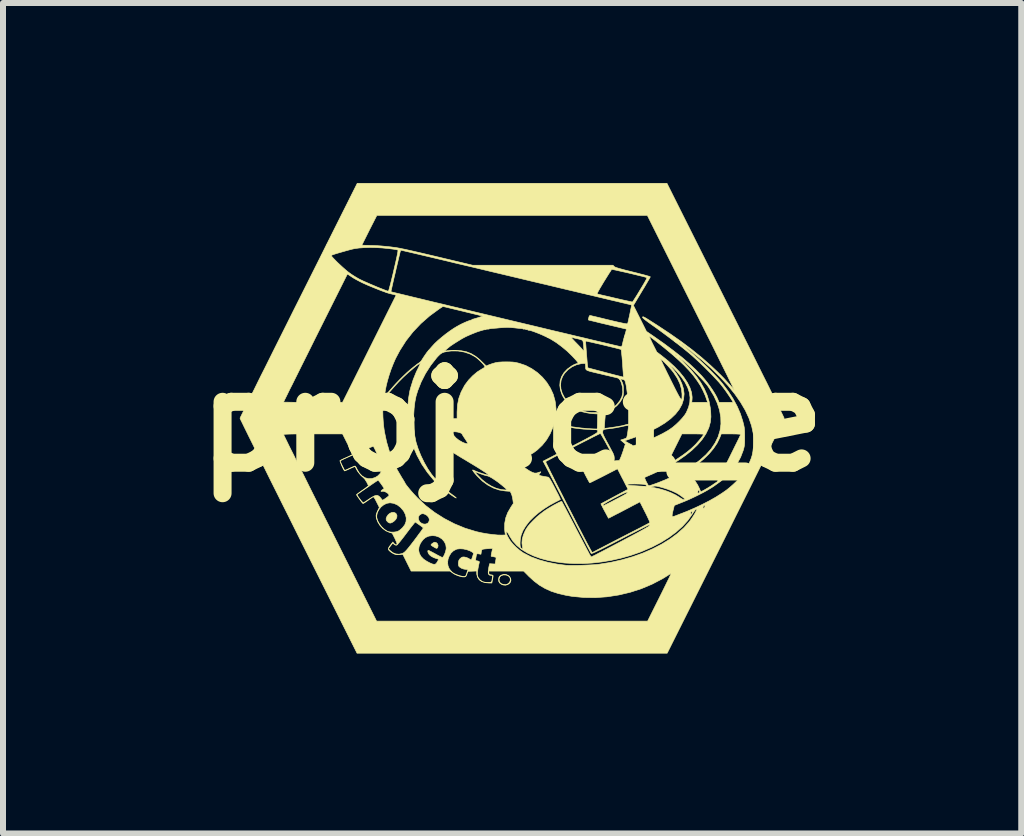
<source format=kicad_pcb>
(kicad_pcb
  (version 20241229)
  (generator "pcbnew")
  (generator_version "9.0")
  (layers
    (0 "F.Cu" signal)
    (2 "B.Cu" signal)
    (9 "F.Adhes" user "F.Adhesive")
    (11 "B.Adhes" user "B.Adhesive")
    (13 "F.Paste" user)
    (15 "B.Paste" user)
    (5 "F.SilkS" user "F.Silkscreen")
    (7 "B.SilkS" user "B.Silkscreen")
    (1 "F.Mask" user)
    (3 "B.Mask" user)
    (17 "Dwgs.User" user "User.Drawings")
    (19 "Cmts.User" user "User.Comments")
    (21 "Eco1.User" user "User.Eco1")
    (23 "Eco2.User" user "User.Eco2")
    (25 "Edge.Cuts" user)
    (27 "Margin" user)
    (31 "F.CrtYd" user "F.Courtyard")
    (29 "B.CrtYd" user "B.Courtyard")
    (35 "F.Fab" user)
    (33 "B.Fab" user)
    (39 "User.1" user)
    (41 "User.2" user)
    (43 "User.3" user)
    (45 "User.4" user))
  (footprint "project_e"
    (layer "F.Cu")
    (at 5.486 3.974)
    (property "Reference" "project_e" (at 0 0 0) (layer "F.SilkS") (effects (font (size 1.524 1.524) (thickness 0.3))))
    (attr through_hole)
    (fp_poly (pts (xy -1.943 1.529) (xy -1.932 1.54) (xy -1.919 1.569) (xy -1.922 1.602) (xy -1.939 1.635) (xy -1.969 1.665) (xy -1.998 1.684) (xy -2.025 1.695) (xy -2.047 1.693) (xy -2.071 1.678) (xy -2.094 1.653) (xy -2.101 1.626) (xy -2.091 1.593) (xy -2.067 1.557) (xy -2.037 1.532) (xy -2.004 1.518) (xy -1.971 1.516) (xy -1.943 1.529)) (stroke (width 0.01) (type solid)) (fill yes) (layer "F.SilkS"))
    (fp_poly (pts (xy -1.262 2.022) (xy -1.243 2.041) (xy -1.234 2.068) (xy -1.238 2.096) (xy -1.245 2.107) (xy -1.253 2.115) (xy -1.263 2.115) (xy -1.28 2.108) (xy -1.304 2.094) (xy -1.329 2.079) (xy -1.346 2.066) (xy -1.352 2.059) (xy -1.345 2.047) (xy -1.327 2.033) (xy -1.307 2.02) (xy -1.29 2.014) (xy -1.289 2.014) (xy -1.262 2.022)) (stroke (width 0.01) (type solid)) (fill yes) (layer "F.SilkS"))
    (fp_poly (pts (xy -2.342 0.642) (xy -2.332 0.665) (xy -2.326 0.693) (xy -2.325 0.718) (xy -2.326 0.722) (xy -2.339 0.743) (xy -2.362 0.763) (xy -2.39 0.777) (xy -2.409 0.78) (xy -2.43 0.775) (xy -2.447 0.766) (xy -2.465 0.749) (xy -2.481 0.725) (xy -2.493 0.701) (xy -2.495 0.691) (xy -2.487 0.683) (xy -2.467 0.672) (xy -2.439 0.658) (xy -2.409 0.645) (xy -2.382 0.635) (xy -2.361 0.629) (xy -2.354 0.629) (xy -2.342 0.642)) (stroke (width 0.01) (type solid)) (fill yes) (layer "F.SilkS"))
    (fp_poly (pts (xy -0.098 2.553) (xy -0.06 2.57) (xy -0.043 2.585) (xy -0.024 2.617) (xy -0.019 2.65) (xy -0.028 2.68) (xy -0.048 2.705) (xy -0.077 2.722) (xy -0.111 2.731) (xy -0.149 2.727) (xy -0.176 2.717) (xy -0.207 2.694) (xy -0.223 2.667) (xy -0.226 2.641) (xy -0.226 2.638) (xy -0.218 2.638) (xy -0.21 2.675) (xy -0.188 2.701) (xy -0.152 2.716) (xy -0.115 2.721) (xy -0.086 2.717) (xy -0.062 2.702) (xy -0.054 2.695) (xy -0.033 2.664) (xy -0.029 2.631) (xy -0.039 2.601) (xy -0.062 2.577) (xy -0.097 2.562) (xy -0.102 2.561) (xy -0.147 2.56) (xy -0.183 2.572) (xy -0.207 2.596) (xy -0.217 2.63) (xy -0.218 2.638) (xy -0.226 2.638) (xy -0.221 2.604) (xy -0.203 2.577) (xy -0.18 2.562) (xy -0.14 2.55) (xy -0.098 2.553)) (stroke (width 0.01) (type solid)) (fill yes) (layer "F.SilkS"))
    (fp_poly (pts (xy 3.558 -2.018) (xy 3.646 -1.842) (xy 3.733 -1.669) (xy 3.817 -1.501) (xy 3.898 -1.339) (xy 3.976 -1.183) (xy 4.05 -1.034) (xy 4.12 -0.893) (xy 4.186 -0.76) (xy 4.248 -0.637) (xy 4.304 -0.523) (xy 4.355 -0.42) (xy 4.401 -0.328) (xy 4.44 -0.248) (xy 4.474 -0.18) (xy 4.5 -0.127) (xy 4.519 -0.087) (xy 4.531 -0.062) (xy 4.535 -0.052) (xy 4.535 -0.052) (xy 4.531 -0.043) (xy 4.52 -0.018) (xy 4.5 0.022) (xy 4.474 0.076) (xy 4.441 0.143) (xy 4.402 0.223) (xy 4.357 0.315) (xy 4.305 0.418) (xy 4.249 0.532) (xy 4.188 0.655) (xy 4.122 0.788) (xy 4.052 0.929) (xy 3.978 1.078) (xy 3.9 1.234) (xy 3.819 1.396) (xy 3.735 1.564) (xy 3.649 1.737) (xy 3.561 1.914) (xy 3.561 1.914) (xy 2.585 3.864) (xy -2.585 3.864) (xy -3.561 1.914) (xy -3.649 1.737) (xy -3.735 1.564) (xy -3.819 1.397) (xy -3.9 1.234) (xy -3.978 1.078) (xy -4.052 0.93) (xy -4.122 0.788) (xy -4.188 0.656) (xy -4.249 0.532) (xy -4.305 0.418) (xy -4.356 0.315) (xy -4.402 0.223) (xy -4.404 0.218) (xy -3.81 0.218) (xy -3.806 0.227) (xy -3.794 0.251) (xy -3.775 0.29) (xy -3.749 0.343) (xy -3.717 0.409) (xy -3.678 0.487) (xy -3.633 0.576) (xy -3.584 0.677) (xy -3.529 0.787) (xy -3.469 0.906) (xy -3.406 1.034) (xy -3.339 1.169) (xy -3.268 1.311) (xy -3.194 1.459) (xy -3.118 1.612) (xy -3.039 1.769) (xy -3.034 1.778) (xy -2.259 3.329) (xy 2.259 3.329) (xy 2.454 2.939) (xy 2.493 2.861) (xy 2.529 2.788) (xy 2.562 2.721) (xy 2.591 2.662) (xy 2.615 2.613) (xy 2.633 2.575) (xy 2.645 2.55) (xy 2.649 2.54) (xy 2.649 2.54) (xy 2.643 2.538) (xy 2.627 2.547) (xy 2.619 2.552) (xy 2.599 2.566) (xy 2.568 2.585) (xy 2.531 2.608) (xy 2.501 2.626) (xy 2.332 2.714) (xy 2.153 2.789) (xy 1.967 2.849) (xy 1.776 2.894) (xy 1.582 2.924) (xy 1.387 2.938) (xy 1.194 2.935) (xy 1.003 2.917) (xy 0.893 2.898) (xy 0.766 2.868) (xy 0.653 2.832) (xy 0.551 2.786) (xy 0.457 2.731) (xy 0.367 2.663) (xy 0.277 2.581) (xy 0.262 2.565) (xy 0.192 2.495) (xy -0.391 2.495) (xy -0.388 2.524) (xy -0.385 2.543) (xy -0.375 2.553) (xy -0.354 2.558) (xy -0.349 2.558) (xy -0.331 2.561) (xy -0.32 2.565) (xy -0.316 2.575) (xy -0.318 2.594) (xy -0.323 2.626) (xy -0.327 2.642) (xy -0.337 2.694) (xy -0.388 2.694) (xy -0.454 2.688) (xy -0.508 2.67) (xy -0.549 2.64) (xy -0.576 2.599) (xy -0.589 2.549) (xy -0.59 2.531) (xy -0.59 2.494) (xy -0.664 2.497) (xy -0.738 2.499) (xy -0.753 2.545) (xy -0.763 2.571) (xy -0.773 2.586) (xy -0.787 2.591) (xy -0.798 2.593) (xy -0.832 2.591) (xy -0.875 2.581) (xy -0.921 2.565) (xy -0.964 2.545) (xy -0.993 2.526) (xy -1.034 2.495) (xy -1.683 2.495) (xy -1.752 2.356) (xy -1.821 2.217) (xy -1.884 2.22) (xy -1.919 2.221) (xy -1.945 2.218) (xy -1.969 2.209) (xy -1.993 2.196) (xy -2.022 2.177) (xy -2.045 2.157) (xy -2.056 2.145) (xy -2.062 2.133) (xy -2.063 2.124) (xy -2.062 2.124) (xy -2.035 2.151) (xy -1.99 2.188) (xy -1.939 2.209) (xy -1.886 2.214) (xy -1.834 2.203) (xy -1.809 2.191) (xy -1.793 2.179) (xy -1.774 2.161) (xy -1.76 2.146) (xy -1.558 2.146) (xy -1.546 2.201) (xy -1.518 2.252) (xy -1.473 2.298) (xy -1.42 2.333) (xy -1.369 2.36) (xy -1.331 2.376) (xy -1.303 2.383) (xy -1.281 2.38) (xy -1.265 2.368) (xy -1.253 2.351) (xy -1.075 2.351) (xy -1.068 2.406) (xy -1.05 2.451) (xy -1.028 2.482) (xy -1.003 2.509) (xy -0.992 2.519) (xy -0.96 2.539) (xy -0.917 2.557) (xy -0.871 2.573) (xy -0.83 2.583) (xy -0.807 2.585) (xy -0.788 2.584) (xy -0.776 2.578) (xy -0.767 2.563) (xy -0.758 2.538) (xy -0.749 2.509) (xy -0.741 2.487) (xy -0.738 2.479) (xy -0.741 2.471) (xy -0.76 2.467) (xy -0.768 2.467) (xy -0.804 2.462) (xy -0.84 2.45) (xy -0.87 2.432) (xy -0.889 2.413) (xy -0.889 2.412) (xy -0.895 2.389) (xy -0.896 2.358) (xy -0.895 2.351) (xy -0.888 2.32) (xy -0.609 2.32) (xy -0.576 2.326) (xy -0.554 2.332) (xy -0.546 2.34) (xy -0.547 2.352) (xy -0.56 2.409) (xy -0.57 2.464) (xy -0.576 2.513) (xy -0.578 2.551) (xy -0.577 2.572) (xy -0.562 2.607) (xy -0.535 2.64) (xy -0.501 2.666) (xy -0.478 2.675) (xy -0.446 2.682) (xy -0.411 2.684) (xy -0.379 2.684) (xy -0.354 2.68) (xy -0.342 2.672) (xy -0.341 2.672) (xy -0.337 2.655) (xy -0.333 2.628) (xy -0.33 2.613) (xy -0.324 2.567) (xy -0.351 2.567) (xy -0.375 2.563) (xy -0.391 2.55) (xy -0.398 2.526) (xy -0.397 2.489) (xy -0.389 2.437) (xy -0.387 2.427) (xy -0.375 2.372) (xy -0.33 2.375) (xy -0.284 2.378) (xy -0.274 2.326) (xy -0.269 2.297) (xy -0.267 2.276) (xy -0.267 2.268) (xy -0.278 2.263) (xy -0.3 2.258) (xy -0.309 2.256) (xy -0.333 2.252) (xy -0.348 2.249) (xy -0.349 2.248) (xy -0.349 2.238) (xy -0.346 2.216) (xy -0.34 2.186) (xy -0.333 2.155) (xy -0.329 2.132) (xy -0.327 2.121) (xy -0.335 2.118) (xy -0.359 2.118) (xy -0.395 2.121) (xy -0.442 2.125) (xy -0.469 2.128) (xy -0.492 2.132) (xy -0.504 2.14) (xy -0.51 2.157) (xy -0.513 2.174) (xy -0.519 2.215) (xy -0.554 2.209) (xy -0.573 2.206) (xy -0.585 2.209) (xy -0.593 2.22) (xy -0.598 2.243) (xy -0.604 2.278) (xy -0.609 2.32) (xy -0.888 2.32) (xy -0.888 2.318) (xy -0.871 2.292) (xy -0.861 2.283) (xy -0.839 2.266) (xy -0.819 2.26) (xy -0.792 2.261) (xy -0.759 2.269) (xy -0.725 2.284) (xy -0.716 2.29) (xy -0.692 2.304) (xy -0.679 2.306) (xy -0.676 2.302) (xy -0.658 2.251) (xy -0.647 2.216) (xy -0.644 2.198) (xy -0.652 2.188) (xy -0.672 2.174) (xy -0.701 2.159) (xy -0.704 2.157) (xy -0.757 2.138) (xy -0.814 2.126) (xy -0.869 2.123) (xy -0.916 2.128) (xy -0.927 2.131) (xy -0.976 2.156) (xy -1.017 2.194) (xy -1.047 2.242) (xy -1.067 2.295) (xy -1.075 2.351) (xy -1.253 2.351) (xy -1.25 2.347) (xy -1.248 2.344) (xy -1.235 2.32) (xy -1.226 2.303) (xy -1.225 2.299) (xy -1.233 2.295) (xy -1.252 2.289) (xy -1.263 2.286) (xy -1.308 2.27) (xy -1.348 2.248) (xy -1.379 2.223) (xy -1.392 2.204) (xy -1.404 2.177) (xy -1.405 2.157) (xy -1.396 2.15) (xy -1.396 2.15) (xy -1.384 2.154) (xy -1.36 2.166) (xy -1.327 2.183) (xy -1.288 2.204) (xy -1.279 2.209) (xy -1.239 2.231) (xy -1.204 2.249) (xy -1.178 2.262) (xy -1.163 2.268) (xy -1.162 2.268) (xy -1.151 2.26) (xy -1.137 2.239) (xy -1.123 2.209) (xy -1.111 2.175) (xy -1.102 2.141) (xy -1.098 2.112) (xy -1.098 2.11) (xy -1.106 2.054) (xy -1.13 2.005) (xy -1.167 1.962) (xy -1.215 1.93) (xy -1.271 1.91) (xy -1.326 1.904) (xy -1.388 1.912) (xy -1.442 1.935) (xy -1.485 1.972) (xy -1.527 2.03) (xy -1.551 2.089) (xy -1.558 2.146) (xy -1.76 2.146) (xy -1.749 2.134) (xy -1.719 2.097) (xy -1.681 2.049) (xy -1.634 1.988) (xy -1.623 1.973) (xy -1.584 1.921) (xy -1.55 1.874) (xy -1.52 1.835) (xy -1.498 1.803) (xy -1.484 1.783) (xy -1.48 1.775) (xy -1.48 1.775) (xy -1.502 1.757) (xy -1.53 1.736) (xy -1.56 1.715) (xy -1.586 1.697) (xy -1.606 1.683) (xy -1.615 1.678) (xy -1.615 1.678) (xy -1.622 1.685) (xy -1.638 1.705) (xy -1.662 1.735) (xy -1.693 1.774) (xy -1.728 1.821) (xy -1.764 1.868) (xy -1.803 1.92) (xy -1.839 1.966) (xy -1.871 2.006) (xy -1.897 2.037) (xy -1.916 2.057) (xy -1.925 2.064) (xy -1.947 2.062) (xy -1.963 2.051) (xy -1.979 2.038) (xy -1.989 2.032) (xy -1.997 2.039) (xy -2.011 2.056) (xy -2.028 2.078) (xy -2.062 2.124) (xy -2.063 2.124) (xy -2.063 2.121) (xy -2.058 2.107) (xy -2.046 2.086) (xy -2.023 2.056) (xy -2.005 2.032) (xy -1.988 2.01) (xy -1.969 2.034) (xy -1.948 2.054) (xy -1.929 2.058) (xy -1.918 2.049) (xy -1.919 2.037) (xy -1.927 2.013) (xy -1.941 1.98) (xy -1.954 1.951) (xy -1.998 1.864) (xy -2.05 1.848) (xy -2.105 1.824) (xy -2.157 1.785) (xy -2.202 1.736) (xy -2.237 1.681) (xy -2.26 1.623) (xy -2.265 1.596) (xy -2.267 1.569) (xy -2.256 1.569) (xy -2.256 1.602) (xy -2.241 1.654) (xy -2.212 1.707) (xy -2.174 1.757) (xy -2.129 1.799) (xy -2.081 1.83) (xy -2.066 1.836) (xy -2.023 1.845) (xy -1.974 1.846) (xy -1.926 1.839) (xy -1.896 1.828) (xy -1.873 1.813) (xy -1.846 1.79) (xy -1.827 1.773) (xy -1.789 1.724) (xy -1.768 1.67) (xy -1.765 1.626) (xy -1.562 1.626) (xy -1.556 1.646) (xy -1.535 1.679) (xy -1.505 1.701) (xy -1.47 1.712) (xy -1.436 1.711) (xy -1.405 1.696) (xy -1.401 1.692) (xy -1.383 1.663) (xy -1.38 1.63) (xy -1.392 1.598) (xy -1.418 1.569) (xy -1.445 1.552) (xy -1.472 1.541) (xy -1.492 1.538) (xy -1.514 1.543) (xy -1.514 1.543) (xy -1.544 1.562) (xy -1.561 1.591) (xy -1.562 1.626) (xy -1.765 1.626) (xy -1.764 1.612) (xy -1.778 1.553) (xy -1.808 1.494) (xy -1.814 1.486) (xy -1.861 1.432) (xy -1.915 1.391) (xy -1.974 1.366) (xy -2.034 1.357) (xy -2.036 1.357) (xy -2.089 1.366) (xy -2.139 1.39) (xy -2.183 1.425) (xy -2.219 1.469) (xy -2.245 1.518) (xy -2.256 1.569) (xy -2.267 1.569) (xy -2.267 1.569) (xy -2.263 1.545) (xy -2.253 1.517) (xy -2.242 1.493) (xy -2.213 1.434) (xy -2.259 1.343) (xy -2.282 1.298) (xy -2.3 1.27) (xy -2.312 1.258) (xy -2.316 1.258) (xy -2.328 1.265) (xy -2.35 1.281) (xy -2.381 1.302) (xy -2.402 1.317) (xy -2.434 1.339) (xy -2.461 1.357) (xy -2.479 1.368) (xy -2.485 1.37) (xy -2.493 1.363) (xy -2.508 1.345) (xy -2.527 1.32) (xy -2.548 1.291) (xy -2.568 1.263) (xy -2.584 1.24) (xy -2.593 1.224) (xy -2.594 1.221) (xy -2.593 1.22) (xy -2.583 1.22) (xy -2.581 1.229) (xy -2.57 1.248) (xy -2.552 1.273) (xy -2.532 1.3) (xy -2.512 1.325) (xy -2.494 1.345) (xy -2.483 1.356) (xy -2.48 1.357) (xy -2.468 1.35) (xy -2.445 1.336) (xy -2.414 1.315) (xy -2.382 1.293) (xy -2.333 1.262) (xy -2.295 1.242) (xy -2.265 1.233) (xy -2.24 1.235) (xy -2.218 1.248) (xy -2.206 1.259) (xy -2.187 1.281) (xy -2.173 1.3) (xy -2.172 1.302) (xy -2.166 1.31) (xy -2.158 1.312) (xy -2.144 1.306) (xy -2.121 1.291) (xy -2.109 1.283) (xy -2.083 1.264) (xy -2.062 1.247) (xy -2.052 1.236) (xy -2.052 1.236) (xy -2.055 1.219) (xy -2.07 1.201) (xy -2.094 1.184) (xy -2.122 1.171) (xy -2.15 1.164) (xy -2.172 1.167) (xy -2.184 1.168) (xy -2.185 1.162) (xy -2.176 1.15) (xy -2.159 1.137) (xy -2.141 1.125) (xy -2.134 1.117) (xy -2.134 1.116) (xy -2.142 1.102) (xy -2.157 1.08) (xy -2.176 1.053) (xy -2.196 1.025) (xy -2.215 1.001) (xy -2.228 0.985) (xy -2.233 0.98) (xy -2.241 0.985) (xy -2.262 0.998) (xy -2.292 1.018) (xy -2.33 1.044) (xy -2.372 1.073) (xy -2.416 1.103) (xy -2.46 1.133) (xy -2.501 1.161) (xy -2.536 1.186) (xy -2.564 1.205) (xy -2.58 1.217) (xy -2.583 1.22) (xy -2.593 1.22) (xy -2.587 1.215) (xy -2.568 1.2) (xy -2.539 1.179) (xy -2.504 1.154) (xy -2.495 1.148) (xy -2.458 1.122) (xy -2.427 1.099) (xy -2.406 1.082) (xy -2.396 1.073) (xy -2.395 1.072) (xy -2.399 1.062) (xy -2.41 1.04) (xy -2.424 1.011) (xy -2.425 1.01) (xy -2.459 0.957) (xy -2.493 0.925) (xy -2.518 0.903) (xy -2.546 0.87) (xy -2.574 0.833) (xy -2.596 0.797) (xy -2.608 0.77) (xy -2.616 0.756) (xy -2.621 0.753) (xy -2.632 0.757) (xy -2.655 0.766) (xy -2.687 0.78) (xy -2.706 0.789) (xy -2.74 0.805) (xy -2.769 0.817) (xy -2.787 0.824) (xy -2.792 0.826) (xy -2.799 0.818) (xy -2.811 0.798) (xy -2.826 0.769) (xy -2.841 0.736) (xy -2.854 0.704) (xy -2.864 0.677) (xy -2.87 0.658) (xy -2.869 0.658) (xy -2.864 0.658) (xy -2.862 0.666) (xy -2.854 0.687) (xy -2.842 0.715) (xy -2.827 0.746) (xy -2.812 0.776) (xy -2.8 0.8) (xy -2.791 0.814) (xy -2.789 0.816) (xy -2.779 0.813) (xy -2.756 0.803) (xy -2.725 0.789) (xy -2.706 0.78) (xy -2.671 0.764) (xy -2.642 0.752) (xy -2.623 0.745) (xy -2.618 0.744) (xy -2.609 0.752) (xy -2.596 0.772) (xy -2.582 0.8) (xy -2.582 0.801) (xy -2.545 0.862) (xy -2.5 0.909) (xy -2.45 0.94) (xy -2.395 0.955) (xy -2.336 0.952) (xy -2.282 0.935) (xy -2.239 0.909) (xy -2.203 0.873) (xy -2.179 0.834) (xy -2.175 0.823) (xy -2.17 0.792) (xy -2.172 0.756) (xy -2.182 0.711) (xy -2.201 0.657) (xy -2.228 0.591) (xy -2.246 0.55) (xy -2.267 0.506) (xy -2.285 0.467) (xy -2.3 0.437) (xy -2.31 0.419) (xy -2.312 0.415) (xy -2.321 0.417) (xy -2.344 0.426) (xy -2.379 0.44) (xy -2.424 0.459) (xy -2.475 0.481) (xy -2.531 0.506) (xy -2.589 0.531) (xy -2.648 0.557) (xy -2.704 0.582) (xy -2.755 0.605) (xy -2.799 0.625) (xy -2.834 0.642) (xy -2.857 0.653) (xy -2.864 0.658) (xy -2.869 0.658) (xy -2.869 0.653) (xy -2.858 0.647) (xy -2.835 0.635) (xy -2.802 0.619) (xy -2.767 0.604) (xy -2.728 0.586) (xy -2.696 0.571) (xy -2.673 0.559) (xy -2.664 0.554) (xy -2.666 0.544) (xy -2.675 0.52) (xy -2.69 0.486) (xy -2.71 0.442) (xy -2.734 0.393) (xy -2.741 0.378) (xy -2.826 0.209) (xy -3.318 0.209) (xy -3.439 0.209) (xy -3.543 0.209) (xy -3.631 0.21) (xy -3.701 0.211) (xy -3.754 0.213) (xy -3.79 0.215) (xy -3.808 0.217) (xy -3.81 0.218) (xy -4.404 0.218) (xy -4.441 0.143) (xy -4.474 0.076) (xy -4.5 0.022) (xy -4.52 -0.018) (xy -4.531 -0.043) (xy -4.535 -0.052) (xy -4.535 -0.052) (xy -4.531 -0.062) (xy -4.519 -0.087) (xy -4.5 -0.126) (xy -4.487 -0.152) (xy -2.155 -0.152) (xy -2.153 -0.078) (xy -2.148 -0.000317) (xy -2.141 0.077) (xy -2.131 0.151) (xy -2.126 0.181) (xy -2.092 0.342) (xy -2.045 0.502) (xy -1.985 0.658) (xy -1.915 0.806) (xy -1.836 0.941) (xy -1.836 0.941) (xy -1.815 0.974) (xy -1.799 1.001) (xy -1.789 1.018) (xy -1.787 1.022) (xy -1.781 1.035) (xy -1.765 1.059) (xy -1.74 1.091) (xy -1.709 1.129) (xy -1.674 1.17) (xy -1.636 1.213) (xy -1.597 1.254) (xy -1.579 1.273) (xy -1.442 1.402) (xy -1.292 1.517) (xy -1.131 1.619) (xy -0.962 1.707) (xy -0.785 1.78) (xy -0.603 1.836) (xy -0.595 1.838) (xy -0.507 1.858) (xy -0.415 1.874) (xy -0.324 1.886) (xy -0.24 1.894) (xy -0.196 1.895) (xy -0.156 1.895) (xy -0.13 1.894) (xy -0.116 1.892) (xy -0.112 1.887) (xy -0.113 1.88) (xy -0.117 1.864) (xy -0.118 1.856) (xy -0.098 1.856) (xy -0.092 1.878) (xy -0.077 1.912) (xy -0.066 1.933) (xy -0.033 1.988) (xy 0.013 2.045) (xy 0.069 2.101) (xy 0.13 2.152) (xy 0.192 2.195) (xy 0.197 2.197) (xy 0.315 2.258) (xy 0.449 2.308) (xy 0.597 2.349) (xy 0.76 2.381) (xy 0.903 2.399) (xy 0.935 2.4) (xy 0.981 2.401) (xy 1.039 2.401) (xy 1.104 2.4) (xy 1.173 2.398) (xy 1.243 2.395) (xy 1.31 2.392) (xy 1.369 2.389) (xy 1.419 2.385) (xy 1.451 2.381) (xy 1.644 2.35) (xy 1.83 2.308) (xy 2.01 2.256) (xy 2.181 2.195) (xy 2.342 2.125) (xy 2.493 2.047) (xy 2.631 1.962) (xy 2.755 1.87) (xy 2.864 1.772) (xy 2.945 1.683) (xy 2.97 1.651) (xy 2.996 1.614) (xy 3.021 1.576) (xy 3.044 1.539) (xy 3.062 1.506) (xy 3.075 1.48) (xy 3.08 1.464) (xy 3.077 1.46) (xy 3.064 1.466) (xy 3.048 1.482) (xy 3.026 1.511) (xy 3 1.551) (xy 2.928 1.653) (xy 2.84 1.75) (xy 2.735 1.844) (xy 2.615 1.933) (xy 2.482 2.016) (xy 2.335 2.093) (xy 2.176 2.162) (xy 2.132 2.18) (xy 1.974 2.235) (xy 1.813 2.28) (xy 1.652 2.316) (xy 1.492 2.343) (xy 1.333 2.361) (xy 1.176 2.37) (xy 1.023 2.369) (xy 0.876 2.361) (xy 0.734 2.343) (xy 0.6 2.318) (xy 0.474 2.284) (xy 0.358 2.242) (xy 0.252 2.192) (xy 0.158 2.134) (xy 0.078 2.068) (xy 0.012 1.995) (xy -0.039 1.915) (xy -0.041 1.91) (xy -0.058 1.879) (xy -0.074 1.855) (xy -0.085 1.842) (xy -0.088 1.841) (xy -0.097 1.845) (xy -0.098 1.856) (xy -0.118 1.856) (xy -0.121 1.835) (xy -0.124 1.799) (xy -0.125 1.79) (xy -0.123 1.697) (xy -0.106 1.608) (xy -0.073 1.521) (xy -0.022 1.433) (xy -0.022 1.432) (xy 0.021 1.367) (xy 0.012 1.301) (xy 0.005 1.263) (xy -0.005 1.226) (xy -0.015 1.201) (xy -0.032 1.166) (xy -0.113 1.16) (xy -0.213 1.144) (xy -0.311 1.111) (xy -0.406 1.061) (xy -0.496 0.995) (xy -0.581 0.913) (xy -0.628 0.858) (xy -0.644 0.837) (xy -0.626 0.837) (xy -0.578 0.892) (xy -0.506 0.966) (xy -0.427 1.029) (xy -0.345 1.079) (xy -0.262 1.116) (xy -0.179 1.137) (xy -0.123 1.142) (xy -0.079 1.143) (xy -0.122 1.104) (xy -0.176 1.059) (xy -0.23 1.016) (xy -0.283 0.979) (xy -0.331 0.947) (xy -0.372 0.924) (xy -0.404 0.91) (xy -0.42 0.907) (xy -0.434 0.904) (xy -0.462 0.896) (xy -0.498 0.884) (xy -0.531 0.872) (xy -0.626 0.837) (xy -0.644 0.837) (xy -0.645 0.835) (xy -0.657 0.817) (xy -0.659 0.81) (xy -0.649 0.811) (xy -0.629 0.819) (xy -0.62 0.824) (xy -0.596 0.834) (xy -0.563 0.847) (xy -0.524 0.86) (xy -0.484 0.873) (xy -0.446 0.884) (xy -0.415 0.892) (xy -0.394 0.896) (xy -0.389 0.896) (xy -0.392 0.89) (xy -0.405 0.879) (xy 0.429 0.879) (xy 0.43 0.88) (xy 0.438 0.874) (xy 0.44 0.871) (xy 0.442 0.862) (xy 0.441 0.862) (xy 0.433 0.868) (xy 0.431 0.871) (xy 0.429 0.879) (xy -0.405 0.879) (xy -0.41 0.876) (xy -0.442 0.853) (xy -0.488 0.823) (xy -0.547 0.785) (xy -0.618 0.741) (xy -0.701 0.691) (xy -0.762 0.654) (xy 0.066 0.654) (xy 0.066 0.656) (xy 0.075 0.667) (xy 0.096 0.686) (xy 0.126 0.71) (xy 0.162 0.737) (xy 0.2 0.765) (xy 0.239 0.792) (xy 0.274 0.815) (xy 0.293 0.827) (xy 0.338 0.85) (xy 0.375 0.862) (xy 0.409 0.861) (xy 0.445 0.851) (xy 0.447 0.85) (xy 0.471 0.841) (xy 0.479 0.842) (xy 0.473 0.854) (xy 0.461 0.868) (xy 0.45 0.883) (xy 0.449 0.893) (xy 0.461 0.901) (xy 0.487 0.909) (xy 0.526 0.916) (xy 0.559 0.922) (xy 0.588 0.927) (xy 0.603 0.93) (xy 0.613 0.937) (xy 0.626 0.955) (xy 0.645 0.986) (xy 0.67 1.03) (xy 0.701 1.089) (xy 0.715 1.116) (xy 0.742 1.169) (xy 0.766 1.215) (xy 0.785 1.254) (xy 0.798 1.283) (xy 0.805 1.299) (xy 0.806 1.301) (xy 0.797 1.306) (xy 0.775 1.318) (xy 0.745 1.333) (xy 0.721 1.345) (xy 0.626 1.397) (xy 0.533 1.456) (xy 0.445 1.52) (xy 0.367 1.586) (xy 0.301 1.651) (xy 0.284 1.67) (xy 0.224 1.749) (xy 0.179 1.824) (xy 0.15 1.898) (xy 0.136 1.973) (xy 0.133 2.021) (xy 0.133 2.059) (xy 0.136 2.084) (xy 0.141 2.101) (xy 0.15 2.113) (xy 0.152 2.116) (xy 0.168 2.129) (xy 0.176 2.128) (xy 0.176 2.112) (xy 0.172 2.091) (xy 0.164 2.027) (xy 0.169 1.962) (xy 0.188 1.893) (xy 0.221 1.817) (xy 0.225 1.81) (xy 0.255 1.762) (xy 0.298 1.708) (xy 0.351 1.652) (xy 0.411 1.594) (xy 0.476 1.54) (xy 0.542 1.49) (xy 0.562 1.477) (xy 0.604 1.45) (xy 0.649 1.423) (xy 0.694 1.397) (xy 0.737 1.374) (xy 0.774 1.354) (xy 0.804 1.341) (xy 0.823 1.334) (xy 0.828 1.334) (xy 0.833 1.343) (xy 0.845 1.366) (xy 0.864 1.402) (xy 0.89 1.45) (xy 0.92 1.508) (xy 0.955 1.575) (xy 0.994 1.649) (xy 1.036 1.729) (xy 1.061 1.778) (xy 1.113 1.878) (xy 1.158 1.963) (xy 1.195 2.034) (xy 1.226 2.093) (xy 1.251 2.141) (xy 1.271 2.178) (xy 1.286 2.207) (xy 1.298 2.228) (xy 1.307 2.242) (xy 1.313 2.251) (xy 1.317 2.256) (xy 1.32 2.258) (xy 1.322 2.258) (xy 1.322 2.258) (xy 1.331 2.254) (xy 1.355 2.242) (xy 1.392 2.224) (xy 1.441 2.198) (xy 1.5 2.168) (xy 1.568 2.132) (xy 1.643 2.093) (xy 1.725 2.05) (xy 1.81 2.005) (xy 1.91 1.952) (xy 2.001 1.904) (xy 2.081 1.861) (xy 2.15 1.823) (xy 2.206 1.792) (xy 2.249 1.767) (xy 2.278 1.75) (xy 2.292 1.74) (xy 2.293 1.738) (xy 2.291 1.726) (xy 2.287 1.724) (xy 2.277 1.728) (xy 2.253 1.739) (xy 2.215 1.758) (xy 2.166 1.783) (xy 2.106 1.813) (xy 2.038 1.848) (xy 1.962 1.886) (xy 1.88 1.928) (xy 1.803 1.968) (xy 1.698 2.022) (xy 1.608 2.068) (xy 1.532 2.107) (xy 1.47 2.138) (xy 1.419 2.162) (xy 1.38 2.181) (xy 1.352 2.193) (xy 1.332 2.2) (xy 1.322 2.202) (xy 1.319 2.202) (xy 1.313 2.192) (xy 1.3 2.168) (xy 1.28 2.129) (xy 1.253 2.079) (xy 1.221 2.017) (xy 1.183 1.944) (xy 1.14 1.863) (xy 1.094 1.774) (xy 1.044 1.678) (xy 0.992 1.577) (xy 0.953 1.501) (xy 0.898 1.395) (xy 0.845 1.293) (xy 0.794 1.194) (xy 0.746 1.102) (xy 0.702 1.017) (xy 0.662 0.941) (xy 0.628 0.874) (xy 0.599 0.819) (xy 0.577 0.777) (xy 0.562 0.748) (xy 0.556 0.738) (xy 0.521 0.671) (xy 0.559 0.671) (xy 0.562 0.68) (xy 0.573 0.704) (xy 0.591 0.74) (xy 0.615 0.789) (xy 0.644 0.849) (xy 0.679 0.917) (xy 0.717 0.994) (xy 0.759 1.077) (xy 0.804 1.165) (xy 0.851 1.257) (xy 0.899 1.352) (xy 0.948 1.447) (xy 0.997 1.542) (xy 1.045 1.635) (xy 1.091 1.726) (xy 1.136 1.811) (xy 1.177 1.891) (xy 1.215 1.964) (xy 1.249 2.029) (xy 1.278 2.083) (xy 1.301 2.126) (xy 1.303 2.13) (xy 1.335 2.187) (xy 1.463 2.12) (xy 1.5 2.101) (xy 1.55 2.075) (xy 1.612 2.043) (xy 1.681 2.007) (xy 1.757 1.968) (xy 1.836 1.927) (xy 1.916 1.886) (xy 1.941 1.873) (xy 2.015 1.835) (xy 2.084 1.8) (xy 2.146 1.768) (xy 2.199 1.74) (xy 2.243 1.717) (xy 2.275 1.7) (xy 2.293 1.69) (xy 2.297 1.688) (xy 2.295 1.679) (xy 2.286 1.656) (xy 2.27 1.621) (xy 2.25 1.578) (xy 2.244 1.566) (xy 2.667 1.566) (xy 2.67 1.581) (xy 2.679 1.586) (xy 2.697 1.583) (xy 2.723 1.574) (xy 2.746 1.565) (xy 2.79 1.548) (xy 2.837 1.53) (xy 2.976 1.53) (xy 2.978 1.546) (xy 2.984 1.551) (xy 2.993 1.544) (xy 2.999 1.528) (xy 3.001 1.506) (xy 2.995 1.498) (xy 2.985 1.501) (xy 2.978 1.513) (xy 2.976 1.53) (xy 2.837 1.53) (xy 2.843 1.528) (xy 2.896 1.507) (xy 2.921 1.497) (xy 3.045 1.443) (xy 3.065 1.434) (xy 3.184 1.434) (xy 3.186 1.455) (xy 3.191 1.458) (xy 3.2 1.445) (xy 3.207 1.432) (xy 3.217 1.41) (xy 3.215 1.4) (xy 3.202 1.401) (xy 3.199 1.402) (xy 3.187 1.416) (xy 3.184 1.434) (xy 3.065 1.434) (xy 3.168 1.385) (xy 3.287 1.324) (xy 3.398 1.261) (xy 3.497 1.198) (xy 3.572 1.146) (xy 3.627 1.102) (xy 3.685 1.051) (xy 3.742 0.997) (xy 3.793 0.943) (xy 3.836 0.895) (xy 3.848 0.88) (xy 3.885 0.825) (xy 3.922 0.759) (xy 3.956 0.688) (xy 3.984 0.62) (xy 4.001 0.567) (xy 4.013 0.505) (xy 4.022 0.431) (xy 4.026 0.353) (xy 4.026 0.276) (xy 4.02 0.208) (xy 4.019 0.199) (xy 3.992 0.074) (xy 3.948 -0.054) (xy 3.887 -0.185) (xy 3.808 -0.319) (xy 3.713 -0.455) (xy 3.601 -0.594) (xy 3.473 -0.734) (xy 3.329 -0.875) (xy 3.169 -1.018) (xy 2.993 -1.161) (xy 2.957 -1.189) (xy 2.902 -1.232) (xy 2.861 -1.263) (xy 2.833 -1.282) (xy 2.82 -1.291) (xy 2.821 -1.288) (xy 2.835 -1.275) (xy 2.864 -1.25) (xy 2.906 -1.214) (xy 2.962 -1.167) (xy 2.975 -1.156) (xy 3.041 -1.1) (xy 3.111 -1.037) (xy 3.184 -0.968) (xy 3.258 -0.897) (xy 3.329 -0.826) (xy 3.394 -0.758) (xy 3.451 -0.696) (xy 3.498 -0.641) (xy 3.509 -0.627) (xy 3.606 -0.498) (xy 3.686 -0.374) (xy 3.752 -0.251) (xy 3.805 -0.129) (xy 3.845 -0.004) (xy 3.853 0.027) (xy 3.863 0.068) (xy 3.87 0.103) (xy 3.874 0.139) (xy 3.876 0.179) (xy 3.877 0.23) (xy 3.877 0.263) (xy 3.877 0.319) (xy 3.876 0.362) (xy 3.873 0.396) (xy 3.868 0.425) (xy 3.861 0.454) (xy 3.852 0.485) (xy 3.809 0.597) (xy 3.752 0.703) (xy 3.678 0.804) (xy 3.588 0.901) (xy 3.481 0.995) (xy 3.356 1.085) (xy 3.312 1.113) (xy 3.255 1.147) (xy 3.185 1.186) (xy 3.107 1.226) (xy 3.025 1.266) (xy 2.943 1.304) (xy 2.865 1.337) (xy 2.827 1.352) (xy 2.704 1.401) (xy 2.694 1.442) (xy 2.68 1.498) (xy 2.671 1.539) (xy 2.667 1.566) (xy 2.244 1.566) (xy 2.226 1.529) (xy 2.217 1.512) (xy 2.131 1.342) (xy 2.011 1.404) (xy 1.959 1.432) (xy 1.898 1.464) (xy 1.833 1.498) (xy 1.772 1.53) (xy 1.749 1.541) (xy 1.607 1.615) (xy 1.567 1.54) (xy 1.545 1.5) (xy 1.524 1.461) (xy 1.507 1.427) (xy 1.503 1.419) (xy 1.49 1.393) (xy 1.512 1.393) (xy 1.512 1.394) (xy 1.519 1.405) (xy 1.521 1.406) (xy 1.53 1.402) (xy 1.553 1.391) (xy 1.587 1.374) (xy 1.631 1.352) (xy 1.681 1.326) (xy 1.709 1.311) (xy 1.775 1.277) (xy 1.826 1.25) (xy 1.865 1.229) (xy 1.892 1.213) (xy 1.909 1.202) (xy 1.919 1.193) (xy 1.922 1.187) (xy 1.92 1.182) (xy 1.918 1.18) (xy 1.907 1.181) (xy 1.884 1.189) (xy 1.85 1.204) (xy 1.808 1.224) (xy 1.762 1.248) (xy 1.712 1.273) (xy 1.663 1.299) (xy 1.617 1.325) (xy 1.576 1.349) (xy 1.544 1.369) (xy 1.521 1.384) (xy 1.512 1.393) (xy 1.49 1.393) (xy 1.48 1.374) (xy 1.541 1.341) (xy 1.568 1.327) (xy 1.607 1.306) (xy 1.655 1.28) (xy 1.709 1.251) (xy 1.763 1.222) (xy 1.767 1.22) (xy 1.933 1.132) (xy 1.914 1.095) (xy 2.318 1.095) (xy 2.354 1.102) (xy 2.454 1.124) (xy 2.551 1.152) (xy 2.641 1.186) (xy 2.72 1.224) (xy 2.774 1.256) (xy 2.815 1.283) (xy 2.844 1.299) (xy 2.863 1.305) (xy 2.876 1.303) (xy 2.878 1.301) (xy 2.876 1.292) (xy 2.86 1.276) (xy 2.835 1.256) (xy 2.803 1.233) (xy 2.768 1.21) (xy 2.731 1.189) (xy 2.73 1.189) (xy 3.095 1.189) (xy 3.099 1.197) (xy 3.1 1.197) (xy 3.113 1.192) (xy 3.118 1.188) (xy 3.124 1.174) (xy 3.122 1.157) (xy 3.115 1.146) (xy 3.108 1.146) (xy 3.1 1.155) (xy 3.095 1.172) (xy 3.095 1.189) (xy 2.73 1.189) (xy 2.73 1.189) (xy 2.665 1.159) (xy 2.59 1.13) (xy 2.511 1.105) (xy 2.44 1.086) (xy 2.404 1.079) (xy 2.377 1.078) (xy 2.355 1.083) (xy 2.349 1.084) (xy 2.318 1.095) (xy 1.914 1.095) (xy 1.893 1.055) (xy 1.916 1.055) (xy 1.926 1.06) (xy 1.951 1.065) (xy 1.992 1.069) (xy 2.037 1.072) (xy 2.085 1.075) (xy 2.128 1.078) (xy 2.164 1.08) (xy 2.186 1.082) (xy 2.186 1.082) (xy 2.22 1.086) (xy 2.238 1.087) (xy 2.246 1.085) (xy 2.245 1.08) (xy 2.241 1.072) (xy 2.233 1.062) (xy 2.217 1.054) (xy 2.192 1.049) (xy 2.156 1.046) (xy 2.106 1.044) (xy 2.041 1.043) (xy 2.038 1.043) (xy 1.986 1.044) (xy 1.95 1.045) (xy 1.928 1.047) (xy 1.917 1.051) (xy 1.916 1.055) (xy 1.893 1.055) (xy 1.845 0.961) (xy 1.831 0.935) (xy 2.21 0.935) (xy 2.211 0.945) (xy 2.219 0.967) (xy 2.233 0.998) (xy 2.251 1.032) (xy 2.271 1.068) (xy 2.274 1.072) (xy 2.284 1.072) (xy 2.309 1.066) (xy 2.347 1.053) (xy 2.396 1.036) (xy 2.454 1.014) (xy 2.52 0.987) (xy 2.546 0.977) (xy 2.717 0.901) (xy 2.828 0.844) (xy 2.903 0.844) (xy 2.91 0.852) (xy 2.927 0.868) (xy 2.952 0.888) (xy 2.952 0.889) (xy 3.003 0.936) (xy 3.052 0.995) (xy 3.094 1.061) (xy 3.126 1.127) (xy 3.134 1.15) (xy 3.142 1.166) (xy 3.149 1.17) (xy 3.161 1.166) (xy 3.184 1.154) (xy 3.213 1.138) (xy 3.223 1.132) (xy 3.264 1.108) (xy 3.311 1.079) (xy 3.352 1.052) (xy 3.354 1.05) (xy 3.42 1.006) (xy 3.615 0.617) (xy 3.654 0.538) (xy 3.69 0.465) (xy 3.723 0.398) (xy 3.752 0.34) (xy 3.776 0.291) (xy 3.794 0.253) (xy 3.806 0.228) (xy 3.81 0.218) (xy 3.81 0.218) (xy 3.801 0.214) (xy 3.775 0.212) (xy 3.734 0.21) (xy 3.677 0.209) (xy 3.648 0.209) (xy 3.486 0.209) (xy 3.462 0.271) (xy 3.418 0.362) (xy 3.357 0.453) (xy 3.282 0.542) (xy 3.192 0.629) (xy 3.091 0.712) (xy 2.986 0.784) (xy 2.952 0.806) (xy 2.925 0.825) (xy 2.908 0.838) (xy 2.903 0.844) (xy 2.828 0.844) (xy 2.871 0.821) (xy 3.009 0.737) (xy 3.128 0.648) (xy 3.231 0.556) (xy 3.316 0.461) (xy 3.383 0.361) (xy 3.434 0.258) (xy 3.466 0.152) (xy 3.481 0.043) (xy 3.478 -0.07) (xy 3.458 -0.186) (xy 3.42 -0.304) (xy 3.364 -0.425) (xy 3.289 -0.549) (xy 3.26 -0.592) (xy 3.234 -0.624) (xy 3.198 -0.667) (xy 3.153 -0.716) (xy 3.102 -0.769) (xy 3.048 -0.825) (xy 2.993 -0.88) (xy 2.939 -0.932) (xy 2.889 -0.979) (xy 2.846 -1.017) (xy 2.826 -1.034) (xy 2.802 -1.053) (xy 2.787 -1.064) (xy 2.781 -1.067) (xy 2.785 -1.061) (xy 2.8 -1.046) (xy 2.826 -1.019) (xy 2.864 -0.981) (xy 2.878 -0.966) (xy 2.983 -0.856) (xy 3.072 -0.75) (xy 3.145 -0.646) (xy 3.204 -0.543) (xy 3.25 -0.44) (xy 3.283 -0.335) (xy 3.304 -0.225) (xy 3.31 -0.171) (xy 3.314 -0.075) (xy 3.305 0.012) (xy 3.282 0.097) (xy 3.274 0.118) (xy 3.23 0.209) (xy 3.169 0.3) (xy 3.091 0.391) (xy 2.998 0.48) (xy 2.89 0.567) (xy 2.768 0.652) (xy 2.633 0.733) (xy 2.485 0.81) (xy 2.326 0.883) (xy 2.313 0.888) (xy 2.275 0.905) (xy 2.242 0.919) (xy 2.219 0.93) (xy 2.21 0.935) (xy 1.831 0.935) (xy 1.757 0.79) (xy 1.526 0.909) (xy 1.467 0.939) (xy 1.413 0.966) (xy 1.367 0.989) (xy 1.331 1.007) (xy 1.306 1.019) (xy 1.294 1.024) (xy 1.294 1.024) (xy 1.283 1.008) (xy 1.268 0.981) (xy 1.25 0.948) (xy 1.23 0.91) (xy 1.211 0.873) (xy 1.194 0.838) (xy 1.182 0.811) (xy 1.181 0.81) (xy 1.2 0.81) (xy 1.206 0.823) (xy 1.213 0.826) (xy 1.222 0.821) (xy 1.244 0.81) (xy 1.277 0.794) (xy 1.318 0.773) (xy 1.346 0.758) (xy 1.396 0.732) (xy 1.439 0.712) (xy 1.45 0.708) (xy 2.59 0.708) (xy 2.602 0.709) (xy 2.627 0.7) (xy 2.666 0.679) (xy 2.718 0.648) (xy 2.776 0.61) (xy 2.855 0.556) (xy 2.922 0.506) (xy 2.983 0.455) (xy 3.037 0.405) (xy 3.063 0.379) (xy 3.091 0.347) (xy 3.121 0.313) (xy 3.148 0.28) (xy 3.171 0.25) (xy 3.187 0.228) (xy 3.193 0.215) (xy 3.193 0.215) (xy 3.185 0.213) (xy 3.16 0.211) (xy 3.124 0.21) (xy 3.077 0.209) (xy 3.023 0.209) (xy 3.012 0.209) (xy 2.83 0.209) (xy 2.708 0.454) (xy 2.677 0.516) (xy 2.65 0.572) (xy 2.626 0.622) (xy 2.608 0.662) (xy 2.596 0.69) (xy 2.59 0.706) (xy 2.59 0.708) (xy 1.45 0.708) (xy 1.478 0.697) (xy 1.519 0.685) (xy 1.563 0.676) (xy 1.617 0.668) (xy 1.682 0.661) (xy 1.722 0.657) (xy 1.789 0.651) (xy 1.81 0.604) (xy 1.822 0.575) (xy 1.836 0.535) (xy 1.852 0.49) (xy 1.859 0.468) (xy 1.888 0.378) (xy 1.825 0.324) (xy 1.875 0.324) (xy 1.915 0.347) (xy 1.944 0.364) (xy 1.971 0.378) (xy 1.98 0.382) (xy 1.998 0.392) (xy 2.005 0.401) (xy 2.007 0.406) (xy 2.014 0.407) (xy 2.028 0.404) (xy 2.052 0.397) (xy 2.087 0.385) (xy 2.136 0.367) (xy 2.182 0.349) (xy 2.299 0.302) (xy 2.407 0.253) (xy 2.505 0.205) (xy 2.589 0.158) (xy 2.626 0.135) (xy 2.68 0.096) (xy 2.735 0.049) (xy 2.788 -0.002) (xy 2.837 -0.055) (xy 2.877 -0.105) (xy 2.905 -0.149) (xy 2.905 -0.15) (xy 2.941 -0.234) (xy 2.962 -0.316) (xy 2.966 -0.398) (xy 2.955 -0.481) (xy 2.927 -0.564) (xy 2.883 -0.65) (xy 2.822 -0.739) (xy 2.744 -0.832) (xy 2.714 -0.863) (xy 2.682 -0.896) (xy 2.657 -0.919) (xy 2.642 -0.931) (xy 2.637 -0.932) (xy 2.643 -0.921) (xy 2.661 -0.898) (xy 2.674 -0.882) (xy 2.737 -0.8) (xy 2.79 -0.715) (xy 2.829 -0.63) (xy 2.855 -0.548) (xy 2.866 -0.471) (xy 2.867 -0.455) (xy 2.858 -0.368) (xy 2.831 -0.283) (xy 2.786 -0.201) (xy 2.724 -0.122) (xy 2.644 -0.046) (xy 2.547 0.027) (xy 2.432 0.097) (xy 2.3 0.163) (xy 2.15 0.226) (xy 2.025 0.272) (xy 1.875 0.324) (xy 1.825 0.324) (xy 1.81 0.311) (xy 1.858 0.295) (xy 1.885 0.286) (xy 1.904 0.277) (xy 1.909 0.272) (xy 1.913 0.259) (xy 1.919 0.234) (xy 1.925 0.2) (xy 1.93 0.163) (xy 1.935 0.126) (xy 1.939 0.095) (xy 1.94 0.074) (xy 1.939 0.067) (xy 1.928 0.067) (xy 1.904 0.071) (xy 1.87 0.077) (xy 1.835 0.085) (xy 1.782 0.096) (xy 1.724 0.107) (xy 1.668 0.116) (xy 1.646 0.119) (xy 1.596 0.124) (xy 1.561 0.129) (xy 1.538 0.133) (xy 1.524 0.139) (xy 1.517 0.146) (xy 1.513 0.157) (xy 1.511 0.169) (xy 1.51 0.181) (xy 1.511 0.194) (xy 1.516 0.211) (xy 1.526 0.235) (xy 1.541 0.266) (xy 1.563 0.308) (xy 1.593 0.364) (xy 1.596 0.369) (xy 1.623 0.419) (xy 1.647 0.464) (xy 1.666 0.5) (xy 1.679 0.526) (xy 1.685 0.539) (xy 1.685 0.54) (xy 1.677 0.545) (xy 1.654 0.557) (xy 1.62 0.575) (xy 1.576 0.599) (xy 1.523 0.626) (xy 1.465 0.657) (xy 1.447 0.666) (xy 1.387 0.697) (xy 1.332 0.727) (xy 1.284 0.752) (xy 1.246 0.773) (xy 1.219 0.788) (xy 1.205 0.797) (xy 1.204 0.797) (xy 1.2 0.81) (xy 1.181 0.81) (xy 1.175 0.794) (xy 1.174 0.79) (xy 1.184 0.783) (xy 1.207 0.77) (xy 1.241 0.751) (xy 1.284 0.728) (xy 1.333 0.702) (xy 1.345 0.695) (xy 1.401 0.666) (xy 1.457 0.637) (xy 1.509 0.61) (xy 1.553 0.587) (xy 1.584 0.57) (xy 1.658 0.53) (xy 1.569 0.367) (xy 1.542 0.318) (xy 1.517 0.275) (xy 1.496 0.239) (xy 1.481 0.214) (xy 1.472 0.202) (xy 1.472 0.202) (xy 1.462 0.205) (xy 1.439 0.216) (xy 1.403 0.234) (xy 1.356 0.257) (xy 1.3 0.286) (xy 1.237 0.318) (xy 1.169 0.352) (xy 1.097 0.389) (xy 1.023 0.427) (xy 0.948 0.466) (xy 0.875 0.503) (xy 0.806 0.539) (xy 0.742 0.573) (xy 0.684 0.603) (xy 0.636 0.629) (xy 0.598 0.649) (xy 0.571 0.664) (xy 0.559 0.671) (xy 0.559 0.671) (xy 0.521 0.671) (xy 0.516 0.664) (xy 0.755 0.541) (xy 0.875 0.479) (xy 0.98 0.425) (xy 1.07 0.378) (xy 1.148 0.338) (xy 1.213 0.304) (xy 1.267 0.275) (xy 1.311 0.251) (xy 1.347 0.232) (xy 1.373 0.216) (xy 1.393 0.204) (xy 1.407 0.195) (xy 1.416 0.187) (xy 1.421 0.182) (xy 1.421 0.181) (xy 1.429 0.161) (xy 1.427 0.148) (xy 1.412 0.141) (xy 1.384 0.137) (xy 1.344 0.136) (xy 1.189 0.129) (xy 1.035 0.111) (xy 0.888 0.081) (xy 0.827 0.064) (xy 0.79 0.054) (xy 0.756 0.045) (xy 0.734 0.041) (xy 0.701 0.035) (xy 0.677 0.106) (xy 0.633 0.209) (xy 0.575 0.307) (xy 0.503 0.397) (xy 0.42 0.476) (xy 0.358 0.522) (xy 0.306 0.553) (xy 0.249 0.583) (xy 0.191 0.609) (xy 0.137 0.629) (xy 0.097 0.64) (xy 0.076 0.646) (xy 0.066 0.654) (xy -0.762 0.654) (xy -0.795 0.634) (xy -0.811 0.625) (xy -0.897 0.573) (xy -0.969 0.528) (xy -1.028 0.489) (xy -1.076 0.454) (xy -1.114 0.423) (xy -1.144 0.393) (xy -1.168 0.363) (xy -1.188 0.332) (xy -1.198 0.313) (xy -1.212 0.282) (xy -1.22 0.259) (xy -1.223 0.236) (xy -1.222 0.205) (xy -1.22 0.185) (xy -0.995 0.185) (xy -0.993 0.193) (xy -0.972 0.234) (xy -0.936 0.275) (xy -0.888 0.313) (xy -0.832 0.345) (xy -0.831 0.346) (xy -0.798 0.36) (xy -0.769 0.369) (xy -0.746 0.373) (xy -0.735 0.371) (xy -0.735 0.369) (xy -0.739 0.361) (xy -0.752 0.341) (xy -0.77 0.312) (xy -0.784 0.291) (xy -0.806 0.258) (xy -0.823 0.231) (xy -0.834 0.212) (xy -0.837 0.207) (xy -0.848 0.197) (xy -0.872 0.188) (xy -0.903 0.179) (xy -0.937 0.174) (xy -0.955 0.173) (xy -0.981 0.173) (xy -0.993 0.176) (xy -0.995 0.185) (xy -1.22 0.185) (xy -1.22 0.183) (xy -1.212 0.125) (xy -1.197 0.082) (xy -1.194 0.077) (xy -1.16 0.033) (xy -1.113 -0.003) (xy -1.056 -0.029) (xy -0.994 -0.043) (xy -0.96 -0.045) (xy -0.917 -0.045) (xy -0.917 -0.156) (xy -0.91 -0.275) (xy -0.888 -0.385) (xy -0.85 -0.489) (xy -0.796 -0.591) (xy -0.785 -0.609) (xy -0.726 -0.688) (xy -0.657 -0.76) (xy -0.583 -0.823) (xy -0.506 -0.872) (xy -0.497 -0.876) (xy -0.473 -0.891) (xy -0.457 -0.904) (xy -0.454 -0.911) (xy -0.46 -0.925) (xy -0.477 -0.948) (xy -0.502 -0.976) (xy -0.532 -1.006) (xy -0.564 -1.036) (xy -0.594 -1.061) (xy -0.614 -1.076) (xy -0.702 -1.124) (xy -0.799 -1.156) (xy -0.901 -1.173) (xy -1.007 -1.174) (xy -1.039 -1.171) (xy -1.095 -1.163) (xy -1.136 -1.154) (xy -1.17 -1.14) (xy -1.199 -1.12) (xy -1.23 -1.09) (xy -1.257 -1.061) (xy -1.357 -0.933) (xy -1.444 -0.797) (xy -1.516 -0.656) (xy -1.573 -0.511) (xy -1.601 -0.42) (xy -1.62 -0.324) (xy -1.633 -0.216) (xy -1.64 -0.101) (xy -1.64 0.017) (xy -1.634 0.132) (xy -1.622 0.241) (xy -1.603 0.338) (xy -1.601 0.347) (xy -1.566 0.457) (xy -1.52 0.571) (xy -1.465 0.685) (xy -1.404 0.792) (xy -1.343 0.881) (xy -1.291 0.945) (xy -1.23 1.012) (xy -1.164 1.079) (xy -1.097 1.141) (xy -1.033 1.195) (xy -1 1.22) (xy -0.969 1.242) (xy -0.946 1.261) (xy -0.932 1.274) (xy -0.93 1.277) (xy -0.939 1.275) (xy -0.96 1.263) (xy -0.99 1.244) (xy -1.027 1.219) (xy -1.066 1.19) (xy -1.107 1.16) (xy -1.146 1.129) (xy -1.181 1.101) (xy -1.193 1.09) (xy -1.308 0.977) (xy -1.412 0.851) (xy -1.505 0.714) (xy -1.584 0.568) (xy -1.649 0.416) (xy -1.697 0.261) (xy -1.721 0.143) (xy -1.736 0.014) (xy -1.741 -0.12) (xy -1.738 -0.255) (xy -1.726 -0.385) (xy -1.705 -0.507) (xy -1.692 -0.558) (xy -1.649 -0.696) (xy -1.596 -0.826) (xy -1.569 -0.88) (xy -1.552 -0.916) (xy -1.539 -0.945) (xy -1.532 -0.964) (xy -1.531 -0.971) (xy -1.544 -0.965) (xy -1.567 -0.948) (xy -1.599 -0.924) (xy -1.638 -0.892) (xy -1.68 -0.856) (xy -1.725 -0.818) (xy -1.769 -0.778) (xy -1.81 -0.74) (xy -1.846 -0.705) (xy -1.846 -0.704) (xy -1.891 -0.659) (xy -1.937 -0.609) (xy -1.982 -0.559) (xy -2.025 -0.51) (xy -2.064 -0.464) (xy -2.097 -0.423) (xy -2.122 -0.39) (xy -2.137 -0.368) (xy -2.139 -0.362) (xy -2.147 -0.329) (xy -2.153 -0.281) (xy -2.155 -0.221) (xy -2.155 -0.152) (xy -4.487 -0.152) (xy -4.474 -0.18) (xy -4.441 -0.247) (xy -4.404 -0.322) (xy -3.81 -0.322) (xy -3.801 -0.321) (xy -3.776 -0.32) (xy -3.736 -0.32) (xy -3.682 -0.319) (xy -3.618 -0.318) (xy -3.543 -0.318) (xy -3.46 -0.318) (xy -3.37 -0.318) (xy -3.318 -0.318) (xy -2.826 -0.318) (xy -2.762 -0.445) (xy -2.122 -0.445) (xy -2.122 -0.433) (xy -2.118 -0.43) (xy -2.107 -0.439) (xy -2.088 -0.459) (xy -2.069 -0.481) (xy -2.041 -0.513) (xy -2.009 -0.549) (xy -1.984 -0.578) (xy -1.931 -0.636) (xy -1.872 -0.698) (xy -1.81 -0.759) (xy -1.749 -0.817) (xy -1.691 -0.868) (xy -1.641 -0.908) (xy -1.637 -0.911) (xy -1.615 -0.928) (xy -1.6 -0.94) (xy -1.597 -0.943) (xy -1.587 -0.951) (xy -1.567 -0.964) (xy -1.558 -0.97) (xy -1.533 -0.989) (xy -1.513 -1.01) (xy -1.51 -1.015) (xy -1.49 -1.047) (xy -1.466 -1.084) (xy -1.439 -1.123) (xy -1.415 -1.157) (xy -1.403 -1.17) (xy -1.129 -1.17) (xy -1.089 -1.177) (xy -1.062 -1.18) (xy -1.024 -1.182) (xy -0.979 -1.184) (xy -0.948 -1.184) (xy -0.85 -1.178) (xy -0.763 -1.161) (xy -0.683 -1.13) (xy -0.608 -1.085) (xy -0.533 -1.024) (xy -0.513 -1.004) (xy -0.431 -0.924) (xy -0.386 -0.943) (xy -0.33 -0.963) (xy -0.278 -0.978) (xy -0.225 -0.987) (xy -0.164 -0.991) (xy -0.095 -0.992) (xy -0.037 -0.991) (xy 0.009 -0.989) (xy 0.049 -0.984) (xy 0.088 -0.976) (xy 0.119 -0.968) (xy 0.226 -0.932) (xy 0.327 -0.879) (xy 0.421 -0.814) (xy 0.505 -0.737) (xy 0.578 -0.65) (xy 0.638 -0.555) (xy 0.685 -0.453) (xy 0.715 -0.347) (xy 0.722 -0.308) (xy 0.732 -0.216) (xy 0.734 -0.132) (xy 0.728 -0.06) (xy 0.726 -0.045) (xy 0.722 -0.022) (xy 0.721 -0.005) (xy 0.726 0.009) (xy 0.738 0.02) (xy 0.76 0.031) (xy 0.794 0.042) (xy 0.843 0.056) (xy 0.88 0.066) (xy 0.931 0.078) (xy 0.997 0.09) (xy 1.072 0.1) (xy 1.152 0.11) (xy 1.232 0.118) (xy 1.31 0.123) (xy 1.365 0.126) (xy 1.42 0.127) (xy 1.42 0.118) (xy 1.536 0.118) (xy 1.573 0.113) (xy 1.598 0.11) (xy 1.634 0.105) (xy 1.678 0.099) (xy 1.71 0.094) (xy 1.755 0.087) (xy 1.799 0.079) (xy 1.834 0.072) (xy 1.851 0.068) (xy 1.881 0.06) (xy 1.909 0.052) (xy 1.916 0.051) (xy 1.941 0.045) (xy 1.941 -0.143) (xy 1.94 -0.237) (xy 1.937 -0.319) (xy 1.932 -0.386) (xy 1.927 -0.422) (xy 1.921 -0.465) (xy 1.915 -0.506) (xy 1.911 -0.538) (xy 1.909 -0.549) (xy 1.903 -0.591) (xy 1.895 -0.63) (xy 1.886 -0.663) (xy 1.878 -0.684) (xy 1.874 -0.688) (xy 1.859 -0.696) (xy 1.836 -0.702) (xy 1.808 -0.709) (xy 1.831 -0.66) (xy 1.842 -0.636) (xy 1.849 -0.614) (xy 1.853 -0.588) (xy 1.855 -0.553) (xy 1.855 -0.517) (xy 1.855 -0.472) (xy 1.853 -0.44) (xy 1.848 -0.415) (xy 1.84 -0.393) (xy 1.83 -0.37) (xy 1.794 -0.314) (xy 1.745 -0.26) (xy 1.686 -0.213) (xy 1.622 -0.175) (xy 1.592 -0.161) (xy 1.556 -0.147) (xy 1.55 -0.062) (xy 1.546 -0.018) (xy 1.543 0.026) (xy 1.54 0.061) (xy 1.54 0.07) (xy 1.536 0.118) (xy 1.42 0.118) (xy 1.423 0.001) (xy 1.426 -0.124) (xy 1.341 -0.129) (xy 1.303 -0.133) (xy 1.259 -0.14) (xy 1.215 -0.149) (xy 1.174 -0.159) (xy 1.141 -0.169) (xy 1.12 -0.178) (xy 1.116 -0.181) (xy 1.106 -0.187) (xy 1.084 -0.199) (xy 1.057 -0.213) (xy 1.008 -0.243) (xy 0.958 -0.284) (xy 0.909 -0.332) (xy 0.868 -0.382) (xy 0.839 -0.43) (xy 0.835 -0.438) (xy 0.806 -0.52) (xy 0.795 -0.6) (xy 0.796 -0.613) (xy 0.808 -0.613) (xy 0.814 -0.542) (xy 0.835 -0.471) (xy 0.871 -0.402) (xy 0.92 -0.338) (xy 0.981 -0.28) (xy 1.055 -0.229) (xy 1.091 -0.209) (xy 1.169 -0.177) (xy 1.247 -0.156) (xy 1.33 -0.147) (xy 1.42 -0.149) (xy 1.501 -0.158) (xy 1.58 -0.176) (xy 1.647 -0.204) (xy 1.707 -0.245) (xy 1.749 -0.285) (xy 1.799 -0.349) (xy 1.831 -0.416) (xy 1.845 -0.487) (xy 1.841 -0.562) (xy 1.838 -0.579) (xy 1.822 -0.64) (xy 1.803 -0.684) (xy 1.781 -0.712) (xy 1.758 -0.724) (xy 1.741 -0.728) (xy 1.71 -0.736) (xy 1.666 -0.746) (xy 1.612 -0.759) (xy 1.551 -0.773) (xy 1.485 -0.789) (xy 1.482 -0.79) (xy 1.408 -0.807) (xy 1.349 -0.821) (xy 1.305 -0.832) (xy 1.273 -0.842) (xy 1.25 -0.851) (xy 1.236 -0.861) (xy 1.229 -0.872) (xy 1.225 -0.886) (xy 1.225 -0.903) (xy 1.225 -0.922) (xy 1.223 -0.947) (xy 1.219 -0.963) (xy 1.217 -0.965) (xy 1.205 -0.966) (xy 1.181 -0.965) (xy 1.15 -0.962) (xy 1.072 -0.943) (xy 0.998 -0.909) (xy 0.932 -0.861) (xy 0.876 -0.802) (xy 0.843 -0.751) (xy 0.817 -0.683) (xy 0.808 -0.613) (xy 0.796 -0.613) (xy 0.801 -0.676) (xy 0.825 -0.747) (xy 0.865 -0.813) (xy 0.922 -0.873) (xy 0.993 -0.924) (xy 1.025 -0.942) (xy 1.054 -0.955) (xy 1.073 -0.961) (xy 1.076 -0.962) (xy 1.091 -0.963) (xy 1.098 -0.968) (xy 1.098 -0.978) (xy 1.087 -0.994) (xy 1.067 -1.019) (xy 1.035 -1.054) (xy 0.998 -1.093) (xy 0.919 -1.17) (xy 0.83 -1.244) (xy 0.739 -1.312) (xy 0.651 -1.367) (xy 0.606 -1.391) (xy 0.58 -1.404) (xy 0.982 -1.404) (xy 0.984 -1.399) (xy 0.997 -1.384) (xy 1.019 -1.36) (xy 1.048 -1.329) (xy 1.067 -1.31) (xy 1.102 -1.274) (xy 1.133 -1.241) (xy 1.158 -1.214) (xy 1.173 -1.196) (xy 1.177 -1.191) (xy 1.188 -1.176) (xy 1.195 -1.17) (xy 1.196 -1.179) (xy 1.196 -1.201) (xy 1.194 -1.232) (xy 1.193 -1.241) (xy 1.189 -1.287) (xy 1.185 -1.32) (xy 1.183 -1.329) (xy 1.226 -1.329) (xy 1.227 -1.304) (xy 1.23 -1.267) (xy 1.233 -1.222) (xy 1.237 -1.17) (xy 1.241 -1.115) (xy 1.246 -1.06) (xy 1.25 -1.009) (xy 1.254 -0.963) (xy 1.258 -0.927) (xy 1.261 -0.902) (xy 1.263 -0.893) (xy 1.272 -0.89) (xy 1.296 -0.884) (xy 1.332 -0.874) (xy 1.379 -0.862) (xy 1.433 -0.847) (xy 1.493 -0.832) (xy 1.555 -0.815) (xy 1.617 -0.799) (xy 1.677 -0.783) (xy 1.732 -0.769) (xy 1.78 -0.757) (xy 1.818 -0.747) (xy 1.844 -0.741) (xy 1.856 -0.738) (xy 1.856 -0.738) (xy 1.856 -0.747) (xy 1.854 -0.772) (xy 1.852 -0.81) (xy 1.848 -0.858) (xy 1.844 -0.915) (xy 1.841 -0.965) (xy 1.836 -1.028) (xy 1.835 -1.043) (xy 2.475 -1.043) (xy 2.477 -1.035) (xy 2.487 -1.013) (xy 2.503 -0.978) (xy 2.525 -0.931) (xy 2.553 -0.875) (xy 2.584 -0.811) (xy 2.619 -0.741) (xy 2.642 -0.694) (xy 2.686 -0.606) (xy 2.723 -0.532) (xy 2.753 -0.474) (xy 2.777 -0.429) (xy 2.796 -0.397) (xy 2.81 -0.377) (xy 2.82 -0.368) (xy 2.826 -0.369) (xy 2.83 -0.38) (xy 2.832 -0.4) (xy 2.832 -0.427) (xy 2.832 -0.458) (xy 2.823 -0.541) (xy 2.797 -0.628) (xy 2.755 -0.717) (xy 2.696 -0.807) (xy 2.674 -0.836) (xy 2.653 -0.862) (xy 2.625 -0.893) (xy 2.594 -0.928) (xy 2.561 -0.962) (xy 2.531 -0.993) (xy 2.505 -1.019) (xy 2.485 -1.036) (xy 2.475 -1.043) (xy 2.475 -1.043) (xy 1.835 -1.043) (xy 1.831 -1.084) (xy 1.826 -1.131) (xy 1.822 -1.168) (xy 1.819 -1.191) (xy 1.817 -1.198) (xy 1.806 -1.202) (xy 1.781 -1.209) (xy 1.743 -1.219) (xy 1.695 -1.231) (xy 1.64 -1.244) (xy 1.58 -1.259) (xy 1.518 -1.274) (xy 1.456 -1.289) (xy 1.396 -1.302) (xy 1.342 -1.315) (xy 1.295 -1.325) (xy 1.259 -1.333) (xy 1.235 -1.338) (xy 1.226 -1.338) (xy 1.226 -1.329) (xy 1.183 -1.329) (xy 1.179 -1.341) (xy 1.167 -1.354) (xy 1.146 -1.363) (xy 1.116 -1.371) (xy 1.086 -1.378) (xy 1.046 -1.387) (xy 1.013 -1.395) (xy 0.99 -1.401) (xy 0.982 -1.404) (xy 0.58 -1.404) (xy 0.555 -1.416) (xy 0.501 -1.441) (xy 0.447 -1.464) (xy 0.395 -1.484) (xy 0.349 -1.501) (xy 0.311 -1.513) (xy 0.284 -1.519) (xy 0.271 -1.519) (xy 0.264 -1.521) (xy 0.263 -1.524) (xy 0.256 -1.53) (xy 0.245 -1.529) (xy 0.23 -1.528) (xy 0.227 -1.533) (xy 0.22 -1.54) (xy 0.212 -1.539) (xy 0.194 -1.537) (xy 0.188 -1.539) (xy 0.171 -1.545) (xy 0.159 -1.547) (xy 0.143 -1.548) (xy 0.113 -1.551) (xy 0.074 -1.555) (xy 0.03 -1.56) (xy 0.03 -1.56) (xy -0.028 -1.565) (xy -0.079 -1.567) (xy -0.131 -1.565) (xy -0.191 -1.561) (xy -0.206 -1.56) (xy -0.254 -1.555) (xy -0.297 -1.552) (xy -0.331 -1.549) (xy -0.352 -1.547) (xy -0.354 -1.547) (xy -0.376 -1.543) (xy -0.388 -1.539) (xy -0.404 -1.537) (xy -0.411 -1.538) (xy -0.426 -1.538) (xy -0.431 -1.534) (xy -0.441 -1.527) (xy -0.444 -1.528) (xy -0.457 -1.528) (xy -0.482 -1.523) (xy -0.516 -1.513) (xy -0.556 -1.501) (xy -0.596 -1.487) (xy -0.621 -1.477) (xy -0.681 -1.453) (xy -0.727 -1.433) (xy -0.765 -1.416) (xy -0.8 -1.398) (xy -0.835 -1.379) (xy -0.874 -1.355) (xy -0.887 -1.347) (xy -0.945 -1.311) (xy -0.991 -1.281) (xy -1.028 -1.256) (xy -1.058 -1.232) (xy -1.086 -1.209) (xy -1.093 -1.203) (xy -1.129 -1.17) (xy -1.403 -1.17) (xy -1.395 -1.182) (xy -1.389 -1.188) (xy -1.376 -1.202) (xy -1.355 -1.226) (xy -1.333 -1.251) (xy -1.292 -1.296) (xy -1.238 -1.347) (xy -1.176 -1.4) (xy -1.109 -1.454) (xy -1.041 -1.504) (xy -0.975 -1.549) (xy -0.917 -1.584) (xy -0.911 -1.587) (xy -0.886 -1.601) (xy -0.866 -1.612) (xy -0.862 -1.614) (xy -0.838 -1.626) (xy -0.806 -1.641) (xy -0.77 -1.657) (xy -0.736 -1.671) (xy -0.708 -1.681) (xy -0.69 -1.687) (xy -0.687 -1.687) (xy -0.674 -1.691) (xy -0.671 -1.695) (xy -0.664 -1.702) (xy -0.66 -1.703) (xy -0.647 -1.705) (xy -0.623 -1.712) (xy -0.593 -1.721) (xy -0.56 -1.731) (xy -0.53 -1.741) (xy -0.506 -1.749) (xy -0.493 -1.754) (xy -0.492 -1.755) (xy -0.501 -1.758) (xy -0.526 -1.764) (xy -0.564 -1.774) (xy -0.615 -1.786) (xy -0.675 -1.801) (xy -0.743 -1.817) (xy -0.817 -1.835) (xy -0.824 -1.837) (xy -1.153 -1.916) (xy -1.218 -1.873) (xy -1.375 -1.758) (xy -1.52 -1.631) (xy -1.651 -1.493) (xy -1.768 -1.344) (xy -1.87 -1.184) (xy -1.943 -1.047) (xy -1.98 -0.962) (xy -2.017 -0.868) (xy -2.05 -0.77) (xy -2.078 -0.675) (xy -2.099 -0.59) (xy -2.1 -0.584) (xy -2.109 -0.538) (xy -2.116 -0.497) (xy -2.121 -0.465) (xy -2.122 -0.446) (xy -2.122 -0.445) (xy -2.762 -0.445) (xy -1.933 -2.104) (xy -1.966 -2.113) (xy -1.999 -2.121) (xy -2.034 -2.129) (xy -2.037 -2.13) (xy -2.066 -2.138) (xy -2.108 -2.152) (xy -2.134 -2.162) (xy -2.019 -2.162) (xy -2.019 -2.161) (xy -2.01 -2.159) (xy -1.984 -2.152) (xy -1.943 -2.142) (xy -1.887 -2.129) (xy -1.817 -2.112) (xy -1.734 -2.092) (xy -1.64 -2.069) (xy -1.535 -2.044) (xy -1.42 -2.016) (xy -1.296 -1.986) (xy -1.164 -1.955) (xy -1.025 -1.921) (xy -0.881 -1.887) (xy -0.732 -1.851) (xy -0.578 -1.814) (xy -0.422 -1.777) (xy -0.263 -1.739) (xy -0.104 -1.701) (xy 0.055 -1.663) (xy 0.214 -1.625) (xy 0.37 -1.588) (xy 0.524 -1.551) (xy 0.673 -1.515) (xy 0.818 -1.481) (xy 0.957 -1.448) (xy 1.089 -1.416) (xy 1.214 -1.387) (xy 1.329 -1.359) (xy 1.435 -1.334) (xy 1.53 -1.312) (xy 1.614 -1.292) (xy 1.684 -1.275) (xy 1.741 -1.262) (xy 1.784 -1.252) (xy 1.81 -1.246) (xy 1.82 -1.244) (xy 1.828 -1.251) (xy 1.836 -1.273) (xy 1.841 -1.295) (xy 1.849 -1.33) (xy 1.86 -1.373) (xy 1.871 -1.412) (xy 2.29 -1.412) (xy 2.296 -1.393) (xy 2.311 -1.36) (xy 2.334 -1.311) (xy 2.344 -1.291) (xy 2.412 -1.157) (xy 2.492 -1.096) (xy 2.604 -1.006) (xy 2.704 -0.915) (xy 2.791 -0.824) (xy 2.863 -0.735) (xy 2.921 -0.648) (xy 2.964 -0.563) (xy 2.991 -0.483) (xy 3.001 -0.406) (xy 3 -0.37) (xy 2.995 -0.318) (xy 3.258 -0.318) (xy 3.252 -0.338) (xy 3.221 -0.427) (xy 3.183 -0.512) (xy 3.139 -0.596) (xy 3.085 -0.679) (xy 3.023 -0.763) (xy 2.95 -0.848) (xy 2.866 -0.936) (xy 2.769 -1.028) (xy 2.673 -1.113) (xy 2.723 -1.113) (xy 2.725 -1.108) (xy 2.734 -1.098) (xy 2.739 -1.1) (xy 2.74 -1.102) (xy 2.733 -1.109) (xy 2.729 -1.112) (xy 2.723 -1.113) (xy 2.673 -1.113) (xy 2.659 -1.125) (xy 2.535 -1.228) (xy 2.408 -1.329) (xy 2.371 -1.358) (xy 2.337 -1.384) (xy 2.311 -1.403) (xy 2.295 -1.415) (xy 2.293 -1.416) (xy 2.29 -1.412) (xy 1.871 -1.412) (xy 1.872 -1.416) (xy 1.873 -1.42) (xy 1.884 -1.456) (xy 1.894 -1.489) (xy 1.9 -1.512) (xy 1.901 -1.515) (xy 1.906 -1.538) (xy 1.591 -1.613) (xy 1.518 -1.63) (xy 1.451 -1.646) (xy 1.392 -1.661) (xy 1.342 -1.673) (xy 1.304 -1.682) (xy 1.28 -1.688) (xy 1.272 -1.691) (xy 1.272 -1.701) (xy 1.276 -1.722) (xy 1.279 -1.732) (xy 1.286 -1.755) (xy 1.294 -1.764) (xy 1.308 -1.764) (xy 1.313 -1.763) (xy 1.328 -1.759) (xy 1.358 -1.752) (xy 1.401 -1.742) (xy 1.455 -1.729) (xy 1.517 -1.714) (xy 1.585 -1.697) (xy 1.628 -1.687) (xy 1.708 -1.668) (xy 1.773 -1.653) (xy 1.823 -1.642) (xy 1.86 -1.634) (xy 1.888 -1.629) (xy 1.906 -1.627) (xy 1.917 -1.627) (xy 1.924 -1.629) (xy 1.926 -1.632) (xy 1.93 -1.645) (xy 1.937 -1.673) (xy 1.945 -1.712) (xy 1.956 -1.759) (xy 1.963 -1.793) (xy 1.993 -1.94) (xy 1.938 -1.954) (xy 1.914 -1.959) (xy 1.876 -1.969) (xy 1.826 -1.98) (xy 1.767 -1.995) (xy 1.702 -2.01) (xy 1.634 -2.026) (xy 1.633 -2.026) (xy 1.572 -2.041) (xy 1.496 -2.059) (xy 1.404 -2.081) (xy 1.299 -2.106) (xy 1.209 -2.127) (xy 1.417 -2.127) (xy 1.417 -2.125) (xy 1.481 -2.109) (xy 1.55 -2.093) (xy 1.621 -2.077) (xy 1.692 -2.06) (xy 1.761 -2.044) (xy 1.826 -2.029) (xy 1.884 -2.016) (xy 1.934 -2.005) (xy 1.972 -1.997) (xy 1.997 -1.991) (xy 2.007 -1.99) (xy 2.013 -1.998) (xy 2.027 -2.019) (xy 2.048 -2.052) (xy 2.075 -2.094) (xy 2.105 -2.143) (xy 2.135 -2.193) (xy 2.173 -2.256) (xy 2.202 -2.305) (xy 2.223 -2.342) (xy 2.237 -2.368) (xy 2.244 -2.385) (xy 2.245 -2.395) (xy 2.242 -2.399) (xy 2.212 -2.407) (xy 2.171 -2.418) (xy 2.12 -2.43) (xy 2.063 -2.444) (xy 2.001 -2.459) (xy 1.938 -2.474) (xy 1.876 -2.488) (xy 1.817 -2.501) (xy 1.764 -2.513) (xy 1.719 -2.523) (xy 1.685 -2.53) (xy 1.665 -2.533) (xy 1.659 -2.533) (xy 1.653 -2.524) (xy 1.639 -2.501) (xy 1.617 -2.468) (xy 1.59 -2.425) (xy 1.559 -2.375) (xy 1.529 -2.327) (xy 1.492 -2.265) (xy 1.461 -2.213) (xy 1.438 -2.172) (xy 1.423 -2.143) (xy 1.417 -2.127) (xy 1.209 -2.127) (xy 1.182 -2.133) (xy 1.054 -2.164) (xy 0.917 -2.196) (xy 0.772 -2.231) (xy 0.621 -2.267) (xy 0.464 -2.304) (xy 0.303 -2.342) (xy 0.141 -2.381) (xy -0.023 -2.42) (xy -0.187 -2.459) (xy -0.348 -2.497) (xy -0.506 -2.535) (xy -0.66 -2.572) (xy -0.808 -2.607) (xy -0.949 -2.64) (xy -1.08 -2.672) (xy -1.152 -2.689) (xy -1.262 -2.715) (xy -1.366 -2.74) (xy -1.464 -2.763) (xy -1.554 -2.784) (xy -1.635 -2.803) (xy -1.706 -2.82) (xy -1.764 -2.833) (xy -1.81 -2.844) (xy -1.841 -2.851) (xy -1.856 -2.854) (xy -1.857 -2.854) (xy -1.86 -2.844) (xy -1.867 -2.82) (xy -1.876 -2.782) (xy -1.888 -2.734) (xy -1.901 -2.677) (xy -1.916 -2.615) (xy -1.932 -2.548) (xy -1.947 -2.48) (xy -1.963 -2.414) (xy -1.978 -2.35) (xy -1.991 -2.292) (xy -2.002 -2.242) (xy -2.011 -2.202) (xy -2.017 -2.175) (xy -2.019 -2.162) (xy -2.134 -2.162) (xy -2.16 -2.171) (xy -2.22 -2.194) (xy -2.282 -2.219) (xy -2.346 -2.245) (xy -2.406 -2.27) (xy -2.46 -2.294) (xy -2.491 -2.308) (xy -2.541 -2.333) (xy -2.592 -2.36) (xy -2.638 -2.386) (xy -2.674 -2.409) (xy -2.677 -2.411) (xy -2.745 -2.457) (xy -3.278 -1.392) (xy -3.343 -1.261) (xy -3.405 -1.136) (xy -3.465 -1.016) (xy -3.522 -0.902) (xy -3.575 -0.795) (xy -3.624 -0.697) (xy -3.668 -0.608) (xy -3.708 -0.53) (xy -3.741 -0.462) (xy -3.768 -0.407) (xy -3.789 -0.365) (xy -3.803 -0.336) (xy -3.81 -0.323) (xy -3.81 -0.322) (xy -4.404 -0.322) (xy -4.401 -0.327) (xy -4.356 -0.419) (xy -4.304 -0.522) (xy -4.248 -0.636) (xy -4.187 -0.76) (xy -4.12 -0.892) (xy -4.05 -1.033) (xy -3.976 -1.182) (xy -3.898 -1.338) (xy -3.817 -1.5) (xy -3.733 -1.668) (xy -3.647 -1.841) (xy -3.558 -2.018) (xy -3.558 -2.018) (xy -3.183 -2.766) (xy -3.015 -2.766) (xy -3.012 -2.758) (xy -2.997 -2.739) (xy -2.973 -2.713) (xy -2.942 -2.681) (xy -2.905 -2.644) (xy -2.865 -2.607) (xy -2.824 -2.569) (xy -2.784 -2.534) (xy -2.748 -2.503) (xy -2.721 -2.482) (xy -2.675 -2.449) (xy -2.62 -2.414) (xy -2.566 -2.382) (xy -2.54 -2.368) (xy -2.511 -2.354) (xy -2.471 -2.335) (xy -2.422 -2.314) (xy -2.368 -2.29) (xy -2.311 -2.266) (xy -2.255 -2.242) (xy -2.2 -2.22) (xy -2.152 -2.201) (xy -2.111 -2.185) (xy -2.081 -2.174) (xy -2.064 -2.169) (xy -2.063 -2.169) (xy -2.059 -2.177) (xy -2.051 -2.201) (xy -2.041 -2.239) (xy -2.027 -2.29) (xy -2.012 -2.35) (xy -1.995 -2.419) (xy -1.977 -2.494) (xy -1.974 -2.509) (xy -1.952 -2.603) (xy -1.934 -2.681) (xy -1.921 -2.742) (xy -1.911 -2.79) (xy -1.905 -2.824) (xy -1.903 -2.846) (xy -1.903 -2.856) (xy -1.904 -2.857) (xy -1.917 -2.86) (xy -1.944 -2.865) (xy -1.982 -2.871) (xy -2.029 -2.877) (xy -2.062 -2.881) (xy -2.165 -2.891) (xy -2.269 -2.897) (xy -2.37 -2.899) (xy -2.466 -2.896) (xy -2.551 -2.89) (xy -2.623 -2.88) (xy -2.638 -2.877) (xy -2.674 -2.869) (xy -2.719 -2.857) (xy -2.77 -2.843) (xy -2.823 -2.828) (xy -2.875 -2.813) (xy -2.923 -2.799) (xy -2.964 -2.786) (xy -2.995 -2.775) (xy -3.012 -2.768) (xy -3.015 -2.766) (xy -3.183 -2.766) (xy -3.097 -2.939) (xy -2.503 -2.939) (xy -2.495 -2.937) (xy -2.472 -2.936) (xy -2.436 -2.935) (xy -2.392 -2.934) (xy -2.37 -2.933) (xy -2.316 -2.932) (xy -2.25 -2.929) (xy -2.178 -2.924) (xy -2.106 -2.917) (xy -2.055 -2.912) (xy -2.018 -2.908) (xy -1.983 -2.903) (xy -1.948 -2.899) (xy -1.912 -2.893) (xy -1.873 -2.886) (xy -1.83 -2.877) (xy -1.78 -2.867) (xy -1.723 -2.854) (xy -1.656 -2.839) (xy -1.578 -2.821) (xy -1.487 -2.8) (xy -1.381 -2.775) (xy -1.266 -2.748) (xy -0.658 -2.603) (xy 1.681 -2.603) (xy 1.7 -2.583) (xy 1.709 -2.576) (xy 1.724 -2.569) (xy 1.747 -2.561) (xy 1.781 -2.55) (xy 1.826 -2.538) (xy 1.884 -2.522) (xy 1.957 -2.504) (xy 2.012 -2.49) (xy 2.081 -2.473) (xy 2.145 -2.456) (xy 2.201 -2.442) (xy 2.247 -2.429) (xy 2.281 -2.419) (xy 2.3 -2.412) (xy 2.304 -2.41) (xy 2.3 -2.401) (xy 2.287 -2.378) (xy 2.267 -2.343) (xy 2.241 -2.299) (xy 2.211 -2.247) (xy 2.176 -2.19) (xy 2.163 -2.168) (xy 2.022 -1.933) (xy 2.131 -1.717) (xy 2.239 -1.501) (xy 2.364 -1.415) (xy 2.536 -1.294) (xy 2.691 -1.178) (xy 2.831 -1.068) (xy 2.955 -0.961) (xy 3.064 -0.859) (xy 3.16 -0.76) (xy 3.209 -0.703) (xy 3.255 -0.646) (xy 3.301 -0.583) (xy 3.344 -0.52) (xy 3.382 -0.459) (xy 3.412 -0.405) (xy 3.425 -0.376) (xy 3.45 -0.318) (xy 3.684 -0.318) (xy 3.673 -0.338) (xy 3.654 -0.37) (xy 3.627 -0.412) (xy 3.594 -0.46) (xy 3.558 -0.512) (xy 3.521 -0.562) (xy 3.49 -0.602) (xy 3.451 -0.649) (xy 3.4 -0.705) (xy 3.341 -0.768) (xy 3.275 -0.835) (xy 3.206 -0.904) (xy 3.135 -0.972) (xy 3.065 -1.037) (xy 3 -1.096) (xy 2.944 -1.144) (xy 2.853 -1.218) (xy 2.75 -1.299) (xy 2.716 -1.324) (xy 2.776 -1.324) (xy 2.779 -1.32) (xy 2.784 -1.313) (xy 2.797 -1.299) (xy 2.803 -1.299) (xy 2.803 -1.301) (xy 2.797 -1.308) (xy 2.787 -1.317) (xy 2.776 -1.324) (xy 2.716 -1.324) (xy 2.696 -1.34) (xy 2.75 -1.34) (xy 2.752 -1.335) (xy 2.761 -1.325) (xy 2.767 -1.327) (xy 2.767 -1.328) (xy 2.76 -1.336) (xy 2.756 -1.339) (xy 2.75 -1.34) (xy 2.696 -1.34) (xy 2.637 -1.385) (xy 2.519 -1.473) (xy 2.399 -1.561) (xy 2.325 -1.613) (xy 2.268 -1.654) (xy 2.225 -1.686) (xy 2.196 -1.71) (xy 2.179 -1.727) (xy 2.174 -1.736) (xy 2.174 -1.738) (xy 2.177 -1.742) (xy 2.182 -1.744) (xy 2.191 -1.742) (xy 2.205 -1.735) (xy 2.226 -1.724) (xy 2.256 -1.706) (xy 2.297 -1.68) (xy 2.349 -1.647) (xy 2.415 -1.605) (xy 2.42 -1.602) (xy 2.627 -1.465) (xy 2.817 -1.332) (xy 2.993 -1.2) (xy 3.156 -1.068) (xy 3.307 -0.935) (xy 3.418 -0.831) (xy 3.476 -0.774) (xy 3.526 -0.723) (xy 3.571 -0.674) (xy 3.617 -0.623) (xy 3.668 -0.565) (xy 3.701 -0.526) (xy 3.699 -0.532) (xy 3.689 -0.553) (xy 3.672 -0.588) (xy 3.648 -0.638) (xy 3.617 -0.7) (xy 3.581 -0.775) (xy 3.538 -0.862) (xy 3.49 -0.958) (xy 3.437 -1.065) (xy 3.38 -1.181) (xy 3.318 -1.306) (xy 3.252 -1.437) (xy 3.183 -1.576) (xy 3.111 -1.72) (xy 3.036 -1.87) (xy 2.987 -1.968) (xy 2.254 -3.434) (xy -2.254 -3.434) (xy -2.379 -3.189) (xy -2.41 -3.127) (xy -2.438 -3.071) (xy -2.462 -3.023) (xy -2.482 -2.983) (xy -2.496 -2.955) (xy -2.503 -2.941) (xy -2.503 -2.939) (xy -3.097 -2.939) (xy -2.581 -3.969) (xy 2.581 -3.969) (xy 3.558 -2.018)) (stroke (width 0.01) (type solid)) (fill yes) (layer "F.SilkS")))
  (gr_rect
    (start -3 -3)
    (end 13.973 10.843)
    (stroke (width 0.1) (type default))
    (fill no)
    (layer "Edge.Cuts")))
</source>
